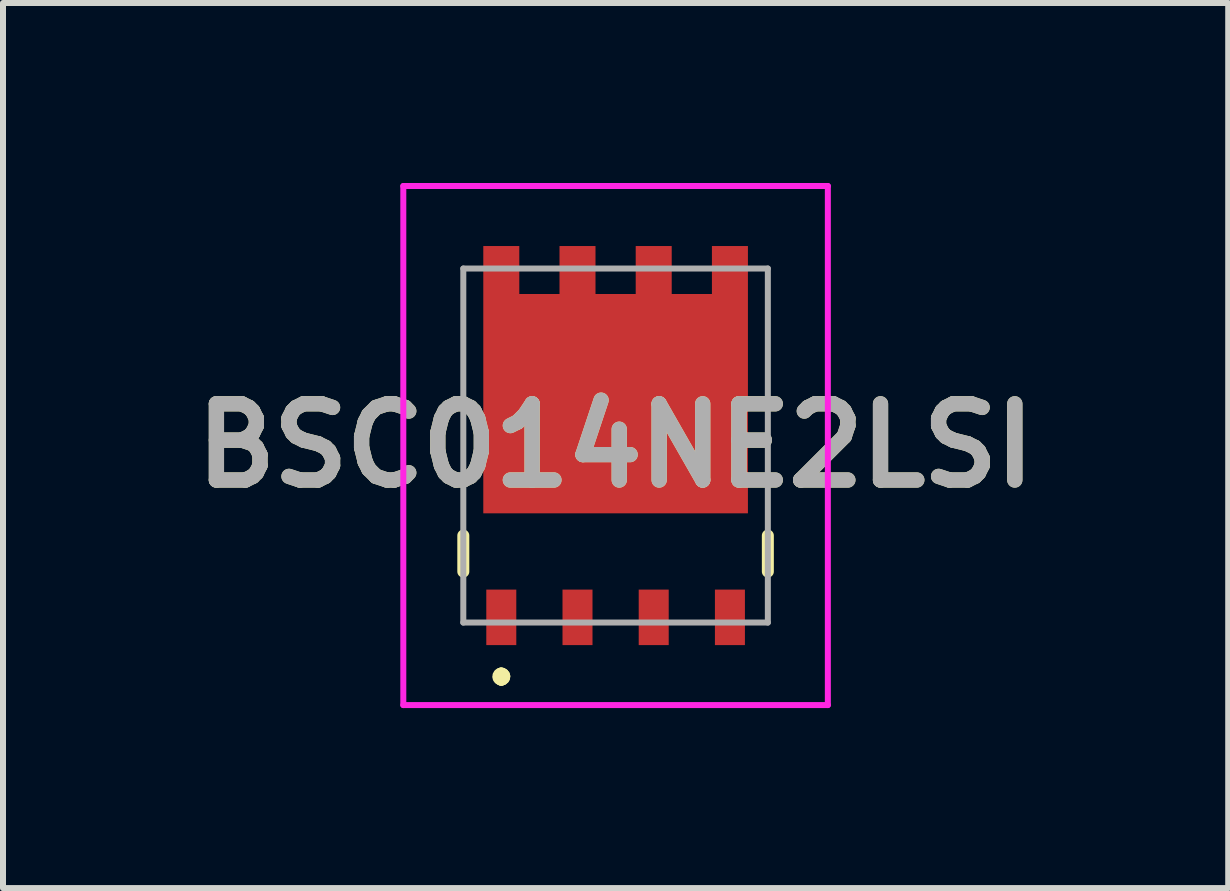
<source format=kicad_pcb>
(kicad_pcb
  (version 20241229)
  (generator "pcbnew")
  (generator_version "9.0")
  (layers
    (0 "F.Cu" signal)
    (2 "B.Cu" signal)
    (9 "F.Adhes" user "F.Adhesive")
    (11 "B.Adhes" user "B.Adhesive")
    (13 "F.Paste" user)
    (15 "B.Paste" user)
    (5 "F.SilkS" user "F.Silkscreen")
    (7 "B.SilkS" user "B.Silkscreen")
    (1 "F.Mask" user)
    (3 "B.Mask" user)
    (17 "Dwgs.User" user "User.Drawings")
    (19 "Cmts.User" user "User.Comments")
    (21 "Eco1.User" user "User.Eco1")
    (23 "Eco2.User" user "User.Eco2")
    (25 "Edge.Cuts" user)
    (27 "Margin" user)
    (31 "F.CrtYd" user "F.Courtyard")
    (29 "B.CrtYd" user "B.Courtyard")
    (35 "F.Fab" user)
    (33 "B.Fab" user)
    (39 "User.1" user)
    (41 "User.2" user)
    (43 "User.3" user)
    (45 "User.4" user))
  (footprint "BSC014NE2LSI"
    (layer "F.Cu")
    (at 7.209 4.375)
    (property "Reference" "BSC014NE2LSI" (at 0 0 0) (layer "F.SilkS") (effects (font (size 1.27 1.27) (thickness 0.254))))
    (attr smd)
    (fp_line (start -2.538 1.5) (end -2.538 2.1) (stroke (width 0.2) (type solid)) (layer "F.SilkS"))
    (fp_line (start -1.905 3.8) (end -1.905 3.8) (stroke (width 0.2) (type solid)) (layer "F.SilkS"))
    (fp_line (start -1.905 3.9) (end -1.905 3.9) (stroke (width 0.2) (type solid)) (layer "F.SilkS"))
    (fp_line (start -1.905 3.9) (end -1.905 3.9) (stroke (width 0.2) (type solid)) (layer "F.SilkS"))
    (fp_line (start 2.537 2.1) (end 2.537 1.5) (stroke (width 0.2) (type solid)) (layer "F.SilkS"))
    (fp_arc (start -1.905 3.8) (mid -1.855 3.85) (end -1.905 3.9) (stroke (width 0.2) (type solid)) (layer "F.SilkS"))
    (fp_arc (start -1.905 3.8) (mid -1.855 3.85) (end -1.905 3.9) (stroke (width 0.2) (type solid)) (layer "F.SilkS"))
    (fp_arc (start -1.905 3.9) (mid -1.955 3.85) (end -1.905 3.8) (stroke (width 0.2) (type solid)) (layer "F.SilkS"))
    (fp_line (start -3.538 -4.325) (end 3.537 -4.325) (stroke (width 0.1) (type solid)) (layer "F.CrtYd"))
    (fp_line (start -3.538 4.325) (end -3.538 -4.325) (stroke (width 0.1) (type solid)) (layer "F.CrtYd"))
    (fp_line (start 3.537 -4.325) (end 3.537 4.325) (stroke (width 0.1) (type solid)) (layer "F.CrtYd"))
    (fp_line (start 3.537 4.325) (end -3.538 4.325) (stroke (width 0.1) (type solid)) (layer "F.CrtYd"))
    (fp_line (start -2.538 -2.95) (end -2.538 2.95) (stroke (width 0.1) (type solid)) (layer "F.Fab"))
    (fp_line (start -2.538 2.95) (end 2.537 2.95) (stroke (width 0.1) (type solid)) (layer "F.Fab"))
    (fp_line (start 2.537 -2.95) (end -2.538 -2.95) (stroke (width 0.1) (type solid)) (layer "F.Fab"))
    (fp_line (start 2.537 2.95) (end 2.537 -2.95) (stroke (width 0.1) (type solid)) (layer "F.Fab"))
    (fp_text user "${REFERENCE}" (at 0 0 0) (layer "F.Fab") (effects (font (size 1.27 1.27) (thickness 0.254))))
    (pad "1" smd rect (at -1.905 2.863) (size 0.5 0.925) (layers "F.Cu" "F.Mask" "F.Paste"))
    (pad "2" smd rect (at -0.635 2.863) (size 0.5 0.925) (layers "F.Cu" "F.Mask" "F.Paste"))
    (pad "3" smd rect (at 0.635 2.863) (size 0.5 0.925) (layers "F.Cu" "F.Mask" "F.Paste"))
    (pad "4" smd rect (at 1.905 2.863) (size 0.5 0.925) (layers "F.Cu" "F.Mask" "F.Paste"))
    (pad "5" smd rect (at 1.905 -2.925) (size 0.6 0.8) (layers "F.Cu" "F.Mask" "F.Paste"))
    (pad "6" smd rect (at 0.635 -2.925) (size 0.6 0.8) (layers "F.Cu" "F.Mask" "F.Paste"))
    (pad "7" smd rect (at -0.635 -2.925) (size 0.6 0.8) (layers "F.Cu" "F.Mask" "F.Paste"))
    (pad "8" smd rect (at -1.905 -2.925) (size 0.6 0.8) (layers "F.Cu" "F.Mask" "F.Paste"))
    (pad "9" smd rect (at 0 -0.698 90) (size 3.655 4.41) (layers "F.Cu" "F.Mask" "F.Paste")))
  (gr_rect
    (start -3 -3)
    (end 17.418 11.75)
    (stroke (width 0.1) (type default))
    (fill no)
    (layer "Edge.Cuts")))
</source>
